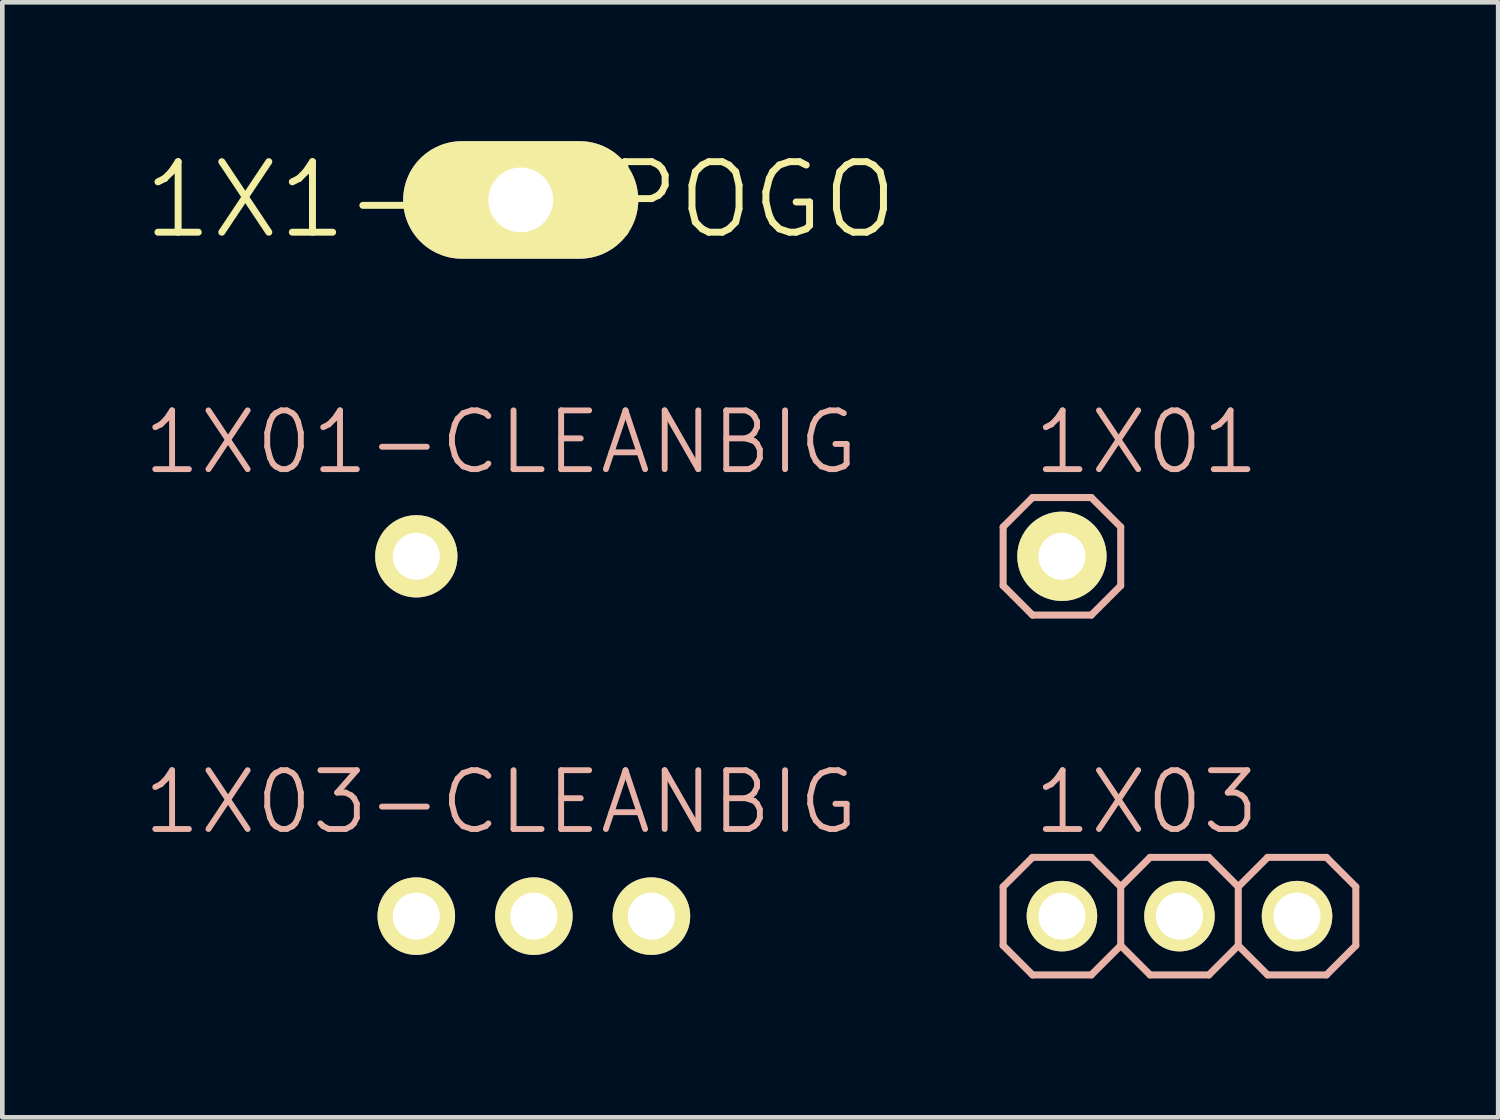
<source format=kicad_pcb>
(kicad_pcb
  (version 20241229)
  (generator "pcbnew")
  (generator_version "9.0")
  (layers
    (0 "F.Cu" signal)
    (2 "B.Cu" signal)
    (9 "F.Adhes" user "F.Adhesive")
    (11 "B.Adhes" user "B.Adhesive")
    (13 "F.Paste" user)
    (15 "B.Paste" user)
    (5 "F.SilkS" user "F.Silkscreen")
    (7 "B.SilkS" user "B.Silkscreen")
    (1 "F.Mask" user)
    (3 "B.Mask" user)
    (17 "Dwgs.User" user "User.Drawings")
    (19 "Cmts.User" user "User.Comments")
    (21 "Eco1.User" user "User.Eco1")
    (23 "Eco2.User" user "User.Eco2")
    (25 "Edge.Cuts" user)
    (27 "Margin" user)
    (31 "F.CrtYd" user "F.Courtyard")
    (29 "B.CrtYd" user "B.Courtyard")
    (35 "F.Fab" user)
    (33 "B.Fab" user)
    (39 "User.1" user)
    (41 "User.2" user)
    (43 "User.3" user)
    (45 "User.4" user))
  (footprint "1X1-BIGPOGO"
    (layer "F.Cu")
    (at 8.201 1.27)
    (property "Reference" "1X1-BIGPOGO" (at 0 0 0) (layer "F.SilkS") (effects (font (size 1.524 1.524) (thickness 0.15))))
    (attr exclude_from_pos_files exclude_from_bom)
    (pad "P$1" thru_hole oval (at 0 0 90) (size 2.54 5.08) (drill 1.4) (layers "*.Cu" "F.Mask" "F.SilkS" "F.Paste")))
  (footprint "1X03"
    (layer "F.Cu")
    (at 22.435 16.745)
    (property "Reference" "1X03" (at -0.711 -2.464 0) (layer "B.SilkS") (effects (font (size 1.27 1.27) (thickness 0.127))))
    (attr exclude_from_pos_files exclude_from_bom)
    (fp_line (start -2.794 -0.254) (end -2.286 -0.254) (stroke (width 0.066) (type solid)) (layer "F.SilkS"))
    (fp_line (start -2.794 0.254) (end -2.794 -0.254) (stroke (width 0.066) (type solid)) (layer "F.SilkS"))
    (fp_line (start -2.794 0.254) (end -2.286 0.254) (stroke (width 0.066) (type solid)) (layer "F.SilkS"))
    (fp_line (start -2.286 0.254) (end -2.286 -0.254) (stroke (width 0.066) (type solid)) (layer "F.SilkS"))
    (fp_line (start -0.254 -0.254) (end 0.254 -0.254) (stroke (width 0.066) (type solid)) (layer "F.SilkS"))
    (fp_line (start -0.254 0.254) (end -0.254 -0.254) (stroke (width 0.066) (type solid)) (layer "F.SilkS"))
    (fp_line (start -0.254 0.254) (end 0.254 0.254) (stroke (width 0.066) (type solid)) (layer "F.SilkS"))
    (fp_line (start 0.254 0.254) (end 0.254 -0.254) (stroke (width 0.066) (type solid)) (layer "F.SilkS"))
    (fp_line (start 2.286 -0.254) (end 2.794 -0.254) (stroke (width 0.066) (type solid)) (layer "F.SilkS"))
    (fp_line (start 2.286 0.254) (end 2.286 -0.254) (stroke (width 0.066) (type solid)) (layer "F.SilkS"))
    (fp_line (start 2.286 0.254) (end 2.794 0.254) (stroke (width 0.066) (type solid)) (layer "F.SilkS"))
    (fp_line (start 2.794 0.254) (end 2.794 -0.254) (stroke (width 0.066) (type solid)) (layer "F.SilkS"))
    (fp_line (start -3.81 -0.635) (end -3.81 0.635) (stroke (width 0.152) (type solid)) (layer "B.SilkS"))
    (fp_line (start -3.81 0.635) (end -3.175 1.27) (stroke (width 0.152) (type solid)) (layer "B.SilkS"))
    (fp_line (start -3.175 -1.27) (end -3.81 -0.635) (stroke (width 0.152) (type solid)) (layer "B.SilkS"))
    (fp_line (start -3.175 -1.27) (end -1.905 -1.27) (stroke (width 0.152) (type solid)) (layer "B.SilkS"))
    (fp_line (start -1.905 -1.27) (end -1.27 -0.635) (stroke (width 0.152) (type solid)) (layer "B.SilkS"))
    (fp_line (start -1.905 1.27) (end -3.175 1.27) (stroke (width 0.152) (type solid)) (layer "B.SilkS"))
    (fp_line (start -1.27 -0.635) (end -1.27 0.635) (stroke (width 0.152) (type solid)) (layer "B.SilkS"))
    (fp_line (start -1.27 -0.635) (end -0.635 -1.27) (stroke (width 0.152) (type solid)) (layer "B.SilkS"))
    (fp_line (start -1.27 0.635) (end -1.905 1.27) (stroke (width 0.152) (type solid)) (layer "B.SilkS"))
    (fp_line (start -0.635 -1.27) (end 0.635 -1.27) (stroke (width 0.152) (type solid)) (layer "B.SilkS"))
    (fp_line (start -0.635 1.27) (end -1.27 0.635) (stroke (width 0.152) (type solid)) (layer "B.SilkS"))
    (fp_line (start 0.635 -1.27) (end 1.27 -0.635) (stroke (width 0.152) (type solid)) (layer "B.SilkS"))
    (fp_line (start 0.635 1.27) (end -0.635 1.27) (stroke (width 0.152) (type solid)) (layer "B.SilkS"))
    (fp_line (start 1.27 -0.635) (end 1.27 0.635) (stroke (width 0.152) (type solid)) (layer "B.SilkS"))
    (fp_line (start 1.27 -0.635) (end 1.905 -1.27) (stroke (width 0.152) (type solid)) (layer "B.SilkS"))
    (fp_line (start 1.27 0.635) (end 0.635 1.27) (stroke (width 0.152) (type solid)) (layer "B.SilkS"))
    (fp_line (start 1.905 -1.27) (end 3.175 -1.27) (stroke (width 0.152) (type solid)) (layer "B.SilkS"))
    (fp_line (start 1.905 1.27) (end 1.27 0.635) (stroke (width 0.152) (type solid)) (layer "B.SilkS"))
    (fp_line (start 3.175 -1.27) (end 3.81 -0.635) (stroke (width 0.152) (type solid)) (layer "B.SilkS"))
    (fp_line (start 3.175 1.27) (end 1.905 1.27) (stroke (width 0.152) (type solid)) (layer "B.SilkS"))
    (fp_line (start 3.81 -0.635) (end 3.81 0.635) (stroke (width 0.152) (type solid)) (layer "B.SilkS"))
    (fp_line (start 3.81 0.635) (end 3.175 1.27) (stroke (width 0.152) (type solid)) (layer "B.SilkS"))
    (pad "1" thru_hole circle (at -2.54 0) (size 1.524 1.524) (drill 1.016) (layers "*.Cu" "F.Mask" "F.SilkS" "F.Paste"))
    (pad "2" thru_hole circle (at 0 0) (size 1.524 1.524) (drill 1.016) (layers "*.Cu" "F.Mask" "F.SilkS" "F.Paste"))
    (pad "3" thru_hole circle (at 2.54 0) (size 1.524 1.524) (drill 1.016) (layers "*.Cu" "F.Mask" "F.SilkS" "F.Paste")))
  (footprint "1X03-CLEANBIG"
    (layer "F.Cu")
    (at 8.485 16.745)
    (property "Reference" "1X03-CLEANBIG" (at -0.711 -2.464 0) (layer "B.SilkS") (effects (font (size 1.27 1.27) (thickness 0.127))))
    (attr exclude_from_pos_files exclude_from_bom)
    (fp_line (start -2.794 -0.254) (end -2.286 -0.254) (stroke (width 0.066) (type solid)) (layer "F.SilkS"))
    (fp_line (start -2.794 0.254) (end -2.794 -0.254) (stroke (width 0.066) (type solid)) (layer "F.SilkS"))
    (fp_line (start -2.794 0.254) (end -2.286 0.254) (stroke (width 0.066) (type solid)) (layer "F.SilkS"))
    (fp_line (start -2.286 0.254) (end -2.286 -0.254) (stroke (width 0.066) (type solid)) (layer "F.SilkS"))
    (fp_line (start -0.254 -0.254) (end 0.254 -0.254) (stroke (width 0.066) (type solid)) (layer "F.SilkS"))
    (fp_line (start -0.254 0.254) (end -0.254 -0.254) (stroke (width 0.066) (type solid)) (layer "F.SilkS"))
    (fp_line (start -0.254 0.254) (end 0.254 0.254) (stroke (width 0.066) (type solid)) (layer "F.SilkS"))
    (fp_line (start 0.254 0.254) (end 0.254 -0.254) (stroke (width 0.066) (type solid)) (layer "F.SilkS"))
    (fp_line (start 2.286 -0.254) (end 2.794 -0.254) (stroke (width 0.066) (type solid)) (layer "F.SilkS"))
    (fp_line (start 2.286 0.254) (end 2.286 -0.254) (stroke (width 0.066) (type solid)) (layer "F.SilkS"))
    (fp_line (start 2.286 0.254) (end 2.794 0.254) (stroke (width 0.066) (type solid)) (layer "F.SilkS"))
    (fp_line (start 2.794 0.254) (end 2.794 -0.254) (stroke (width 0.066) (type solid)) (layer "F.SilkS"))
    (pad "1" thru_hole circle (at -2.54 0) (size 1.676 1.676) (drill 1.016) (layers "*.Cu" "F.Mask" "F.SilkS" "F.Paste"))
    (pad "2" thru_hole circle (at 0 0) (size 1.676 1.676) (drill 1.016) (layers "*.Cu" "F.Mask" "F.SilkS" "F.Paste"))
    (pad "3" thru_hole circle (at 2.54 0) (size 1.676 1.676) (drill 1.016) (layers "*.Cu" "F.Mask" "F.SilkS" "F.Paste")))
  (footprint "1X01-CLEANBIG"
    (layer "F.Cu")
    (at 5.945 8.97)
    (property "Reference" "1X01-CLEANBIG" (at 1.829 -2.464 0) (layer "B.SilkS") (effects (font (size 1.27 1.27) (thickness 0.127))))
    (attr exclude_from_pos_files exclude_from_bom)
    (pad "1" thru_hole circle (at 0 0) (size 1.778 1.778) (drill 1.016) (layers "*.Cu" "F.Mask" "F.SilkS" "F.Paste")))
  (footprint "1X01"
    (layer "F.Cu")
    (at 19.895 8.97)
    (property "Reference" "1X01" (at 1.829 -2.464 0) (layer "B.SilkS") (effects (font (size 1.27 1.27) (thickness 0.127))))
    (attr exclude_from_pos_files exclude_from_bom)
    (fp_line (start -0.254 -0.254) (end 0.254 -0.254) (stroke (width 0.066) (type solid)) (layer "F.SilkS"))
    (fp_line (start -0.254 0.254) (end -0.254 -0.254) (stroke (width 0.066) (type solid)) (layer "F.SilkS"))
    (fp_line (start -0.254 0.254) (end 0.254 0.254) (stroke (width 0.066) (type solid)) (layer "F.SilkS"))
    (fp_line (start 0.254 0.254) (end 0.254 -0.254) (stroke (width 0.066) (type solid)) (layer "F.SilkS"))
    (fp_line (start -1.27 -0.635) (end -1.27 0.635) (stroke (width 0.152) (type solid)) (layer "B.SilkS"))
    (fp_line (start -1.27 0.635) (end -0.635 1.27) (stroke (width 0.152) (type solid)) (layer "B.SilkS"))
    (fp_line (start -0.635 -1.27) (end -1.27 -0.635) (stroke (width 0.152) (type solid)) (layer "B.SilkS"))
    (fp_line (start -0.635 -1.27) (end 0.635 -1.27) (stroke (width 0.152) (type solid)) (layer "B.SilkS"))
    (fp_line (start 0.635 -1.27) (end 1.27 -0.635) (stroke (width 0.152) (type solid)) (layer "B.SilkS"))
    (fp_line (start 0.635 1.27) (end -0.635 1.27) (stroke (width 0.152) (type solid)) (layer "B.SilkS"))
    (fp_line (start 1.27 -0.635) (end 1.27 0.635) (stroke (width 0.152) (type solid)) (layer "B.SilkS"))
    (fp_line (start 1.27 0.635) (end 0.635 1.27) (stroke (width 0.152) (type solid)) (layer "B.SilkS"))
    (pad "1" thru_hole circle (at 0 0) (size 1.93 1.93) (drill 1.016) (layers "*.Cu" "F.Mask" "F.SilkS" "F.Paste")))
  (gr_rect
    (start -3 -3)
    (end 29.321 21.092)
    (stroke (width 0.1) (type default))
    (fill no)
    (layer "Edge.Cuts")))
</source>
